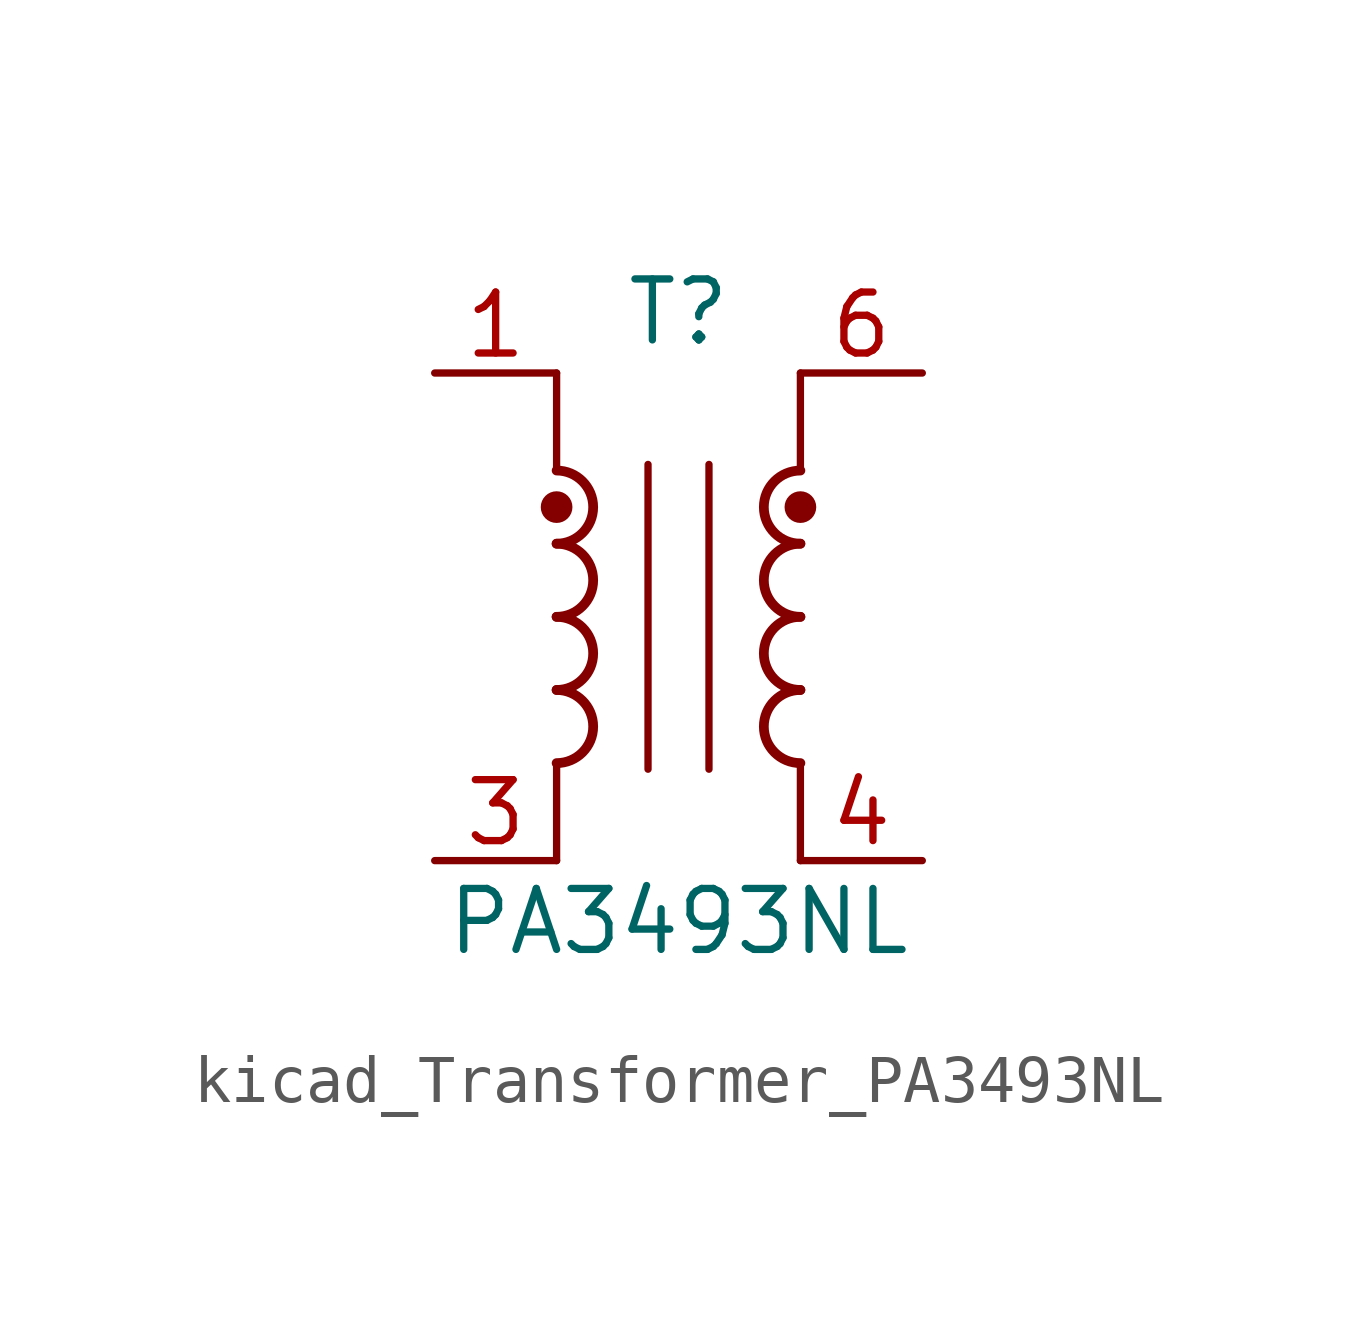
<source format=kicad_sym>
(kicad_symbol_lib
  (version 20220914)
  (generator kicad_symbol_editor)
  (symbol "kicad_Transformer_PA3493NL"
    (pin_names hide)
    (property "Reference" "T"
      (at 0 6.35 0)
      (effects (font (size 1.27 1.27))))
    (property "Value" "PA3493NL"
      (at 0 -6.35 0)
      (effects (font (size 1.27 1.27))))
    (symbol "kicad_Transformer_PA3493NL_0_1"
      (arc (start -2.54 -3.048) (mid -1.7813 -2.286) (end -2.54 -1.524) (stroke (width 0.2032) (type default)) (fill (type none)))
      (arc (start -2.54 -1.524) (mid -1.7813 -0.762) (end -2.54 0) (stroke (width 0.2032) (type default)) (fill (type none)))
      (arc (start -2.54 0) (mid -1.7813 0.762) (end -2.54 1.524) (stroke (width 0.2032) (type default)) (fill (type none)))
      (circle (center -2.54 2.286) (radius 0.254) (stroke (width 0) (type default)) (fill (type outline)))
      (polyline (pts (xy -2.54 -3.048) (xy -2.54 -5.08)) (stroke (width 0) (type default)) (fill (type none)))
      (polyline (pts (xy -2.54 5.08) (xy -2.54 3.048)) (stroke (width 0) (type default)) (fill (type none)))
      (polyline (pts (xy -0.635 3.175) (xy -0.635 -3.175)) (stroke (width 0) (type default)) (fill (type none)))
      (polyline (pts (xy 0.635 3.175) (xy 0.635 -3.175)) (stroke (width 0) (type default)) (fill (type none)))
      (polyline (pts (xy 2.54 -3.048) (xy 2.54 -5.08)) (stroke (width 0) (type default)) (fill (type none)))
      (polyline (pts (xy 2.54 5.08) (xy 2.54 3.048)) (stroke (width 0) (type default)) (fill (type none)))
      (arc (start 2.54 -1.524) (mid 1.7813 -2.286) (end 2.54 -3.048) (stroke (width 0.2032) (type default)) (fill (type none)))
      (arc (start 2.54 0) (mid 1.7813 -0.762) (end 2.54 -1.524) (stroke (width 0.2032) (type default)) (fill (type none)))
      (arc (start 2.54 1.524) (mid 1.7813 0.762) (end 2.54 0) (stroke (width 0.2032) (type default)) (fill (type none)))
      (circle (center 2.54 2.286) (radius 0.254) (stroke (width 0) (type default)) (fill (type outline)))
      (arc (start 2.54 3.048) (mid 1.7813 2.286) (end 2.54 1.524) (stroke (width 0.2032) (type default)) (fill (type none))))
    (symbol "kicad_Transformer_PA3493NL_1_1"
      (arc (start -2.54 1.524) (mid -1.7813 2.286) (end -2.54 3.048) (stroke (width 0.2032) (type default)) (fill (type none)))
      (pin passive line (at -5.08 5.08 0) (length 2.54) (name "~" (effects (font (size 1.27 1.27)))) (number "1" (effects (font (size 1.27 1.27)))))
      (pin passive line (at -5.08 -5.08 0) (length 2.54) (name "~" (effects (font (size 1.27 1.27)))) (number "3" (effects (font (size 1.27 1.27)))))
      (pin passive line (at 5.08 -5.08 180) (length 2.54) (name "~" (effects (font (size 1.27 1.27)))) (number "4" (effects (font (size 1.27 1.27)))))
      (pin passive line (at 5.08 5.08 180) (length 2.54) (name "~" (effects (font (size 1.27 1.27)))) (number "6" (effects (font (size 1.27 1.27))))))))
</source>
